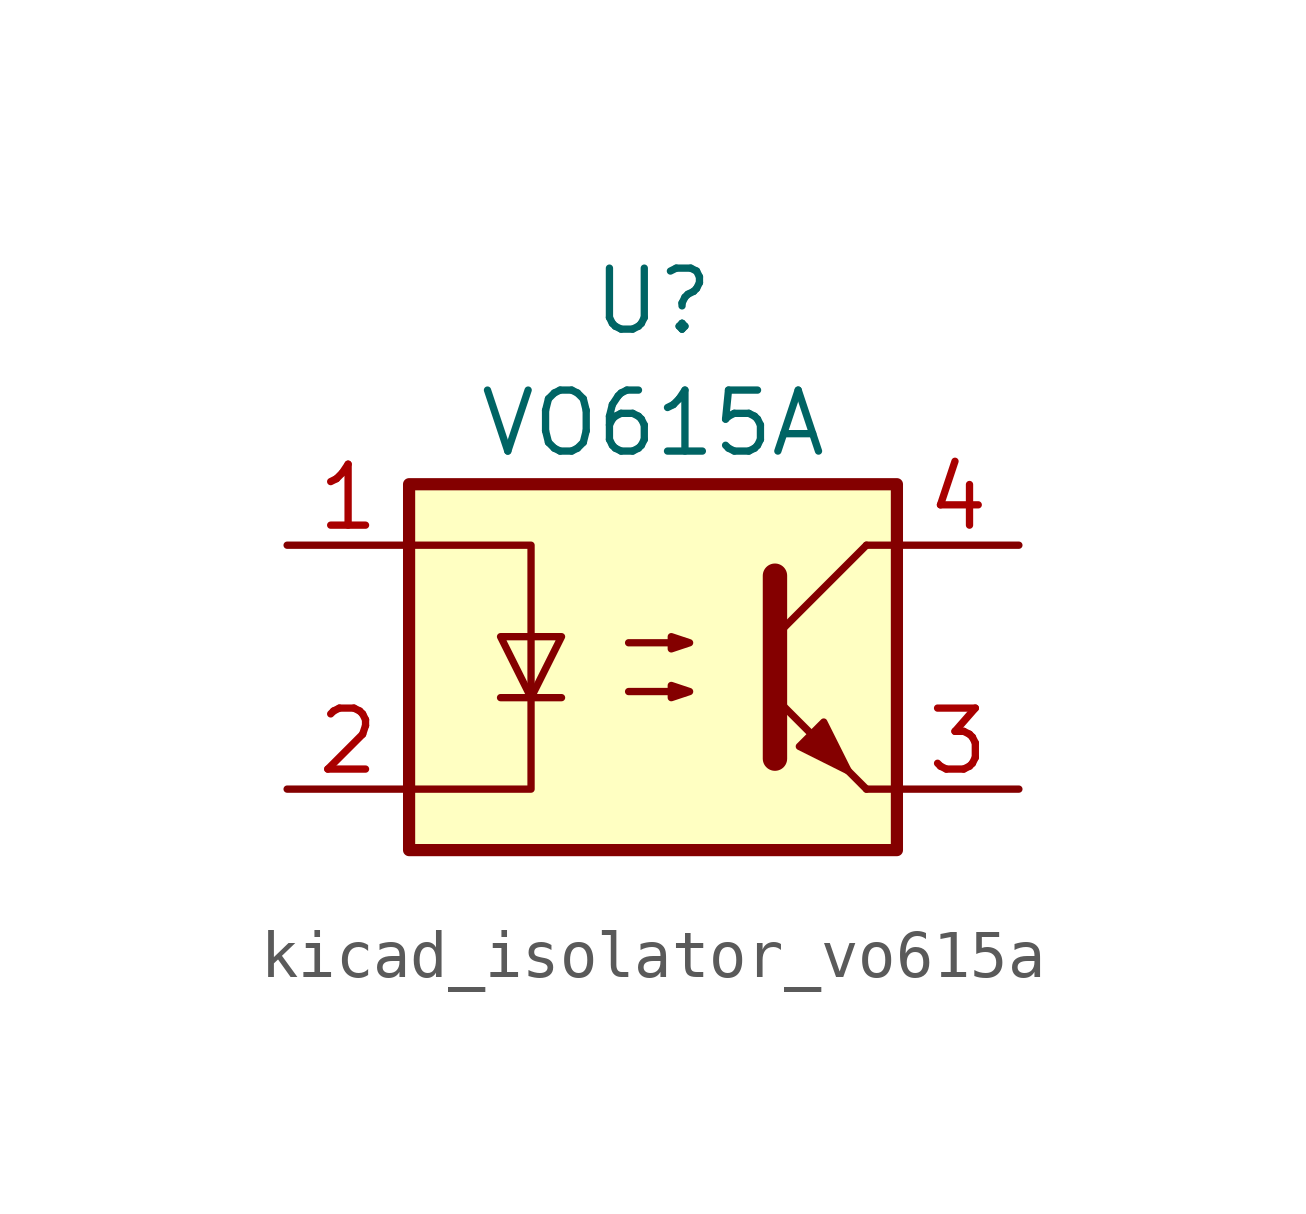
<source format=kicad_sym>
(kicad_symbol_lib
  (version 20220914)
  (generator kicad_symbol_editor)
  (symbol "kicad_isolator_vo615a"
    (pin_names
      (offset 0.762))
    (property "Reference" "U"
      (at 0 7.62 0)
      (effects (font (size 1.27 1.27))))
    (property "Value" "VO615A"
      (at 0 5.08 0)
      (effects (font (size 1.27 1.27))))
    (symbol "kicad_isolator_vo615a_0_1"
      (rectangle (start -5.08 3.81) (end 5.08 -3.81) (stroke (width 0.254) (type default)) (fill (type background)))
      (polyline (pts (xy -3.175 -0.635) (xy -1.905 -0.635)) (stroke (width 0) (type default)) (fill (type none)))
      (polyline (pts (xy 2.54 0.635) (xy 4.445 2.54)) (stroke (width 0) (type default)) (fill (type none)))
      (polyline (pts (xy 4.445 -2.54) (xy 2.54 -0.635)) (stroke (width 0) (type default)) (fill (type outline)))
      (polyline (pts (xy 4.445 -2.54) (xy 5.08 -2.54)) (stroke (width 0) (type default)) (fill (type none)))
      (polyline (pts (xy 4.445 2.54) (xy 5.08 2.54)) (stroke (width 0) (type default)) (fill (type none)))
      (polyline (pts (xy 2.54 1.905) (xy 2.54 -1.905) (xy 2.54 -1.905)) (stroke (width 0.508) (type default)) (fill (type none)))
      (polyline (pts (xy -5.08 2.54) (xy -2.54 2.54) (xy -2.54 -2.54) (xy -5.08 -2.54)) (stroke (width 0) (type default)) (fill (type none)))
      (polyline (pts (xy -2.54 -0.635) (xy -3.175 0.635) (xy -1.905 0.635) (xy -2.54 -0.635)) (stroke (width 0) (type default)) (fill (type none)))
      (polyline (pts (xy -0.508 -0.508) (xy 0.762 -0.508) (xy 0.381 -0.635) (xy 0.381 -0.381) (xy 0.762 -0.508)) (stroke (width 0) (type default)) (fill (type none)))
      (polyline (pts (xy -0.508 0.508) (xy 0.762 0.508) (xy 0.381 0.381) (xy 0.381 0.635) (xy 0.762 0.508)) (stroke (width 0) (type default)) (fill (type none)))
      (polyline (pts (xy 3.048 -1.651) (xy 3.556 -1.143) (xy 4.064 -2.159) (xy 3.048 -1.651) (xy 3.048 -1.651)) (stroke (width 0) (type default)) (fill (type outline))))
    (symbol "kicad_isolator_vo615a_1_1"
      (pin passive line (at -7.62 2.54 0) (length 2.54) (name "~" (effects (font (size 1.27 1.27)))) (number "1" (effects (font (size 1.27 1.27)))))
      (pin passive line (at -7.62 -2.54 0) (length 2.54) (name "~" (effects (font (size 1.27 1.27)))) (number "2" (effects (font (size 1.27 1.27)))))
      (pin passive line (at 7.62 -2.54 180) (length 2.54) (name "~" (effects (font (size 1.27 1.27)))) (number "3" (effects (font (size 1.27 1.27)))))
      (pin passive line (at 7.62 2.54 180) (length 2.54) (name "~" (effects (font (size 1.27 1.27)))) (number "4" (effects (font (size 1.27 1.27))))))))
</source>
